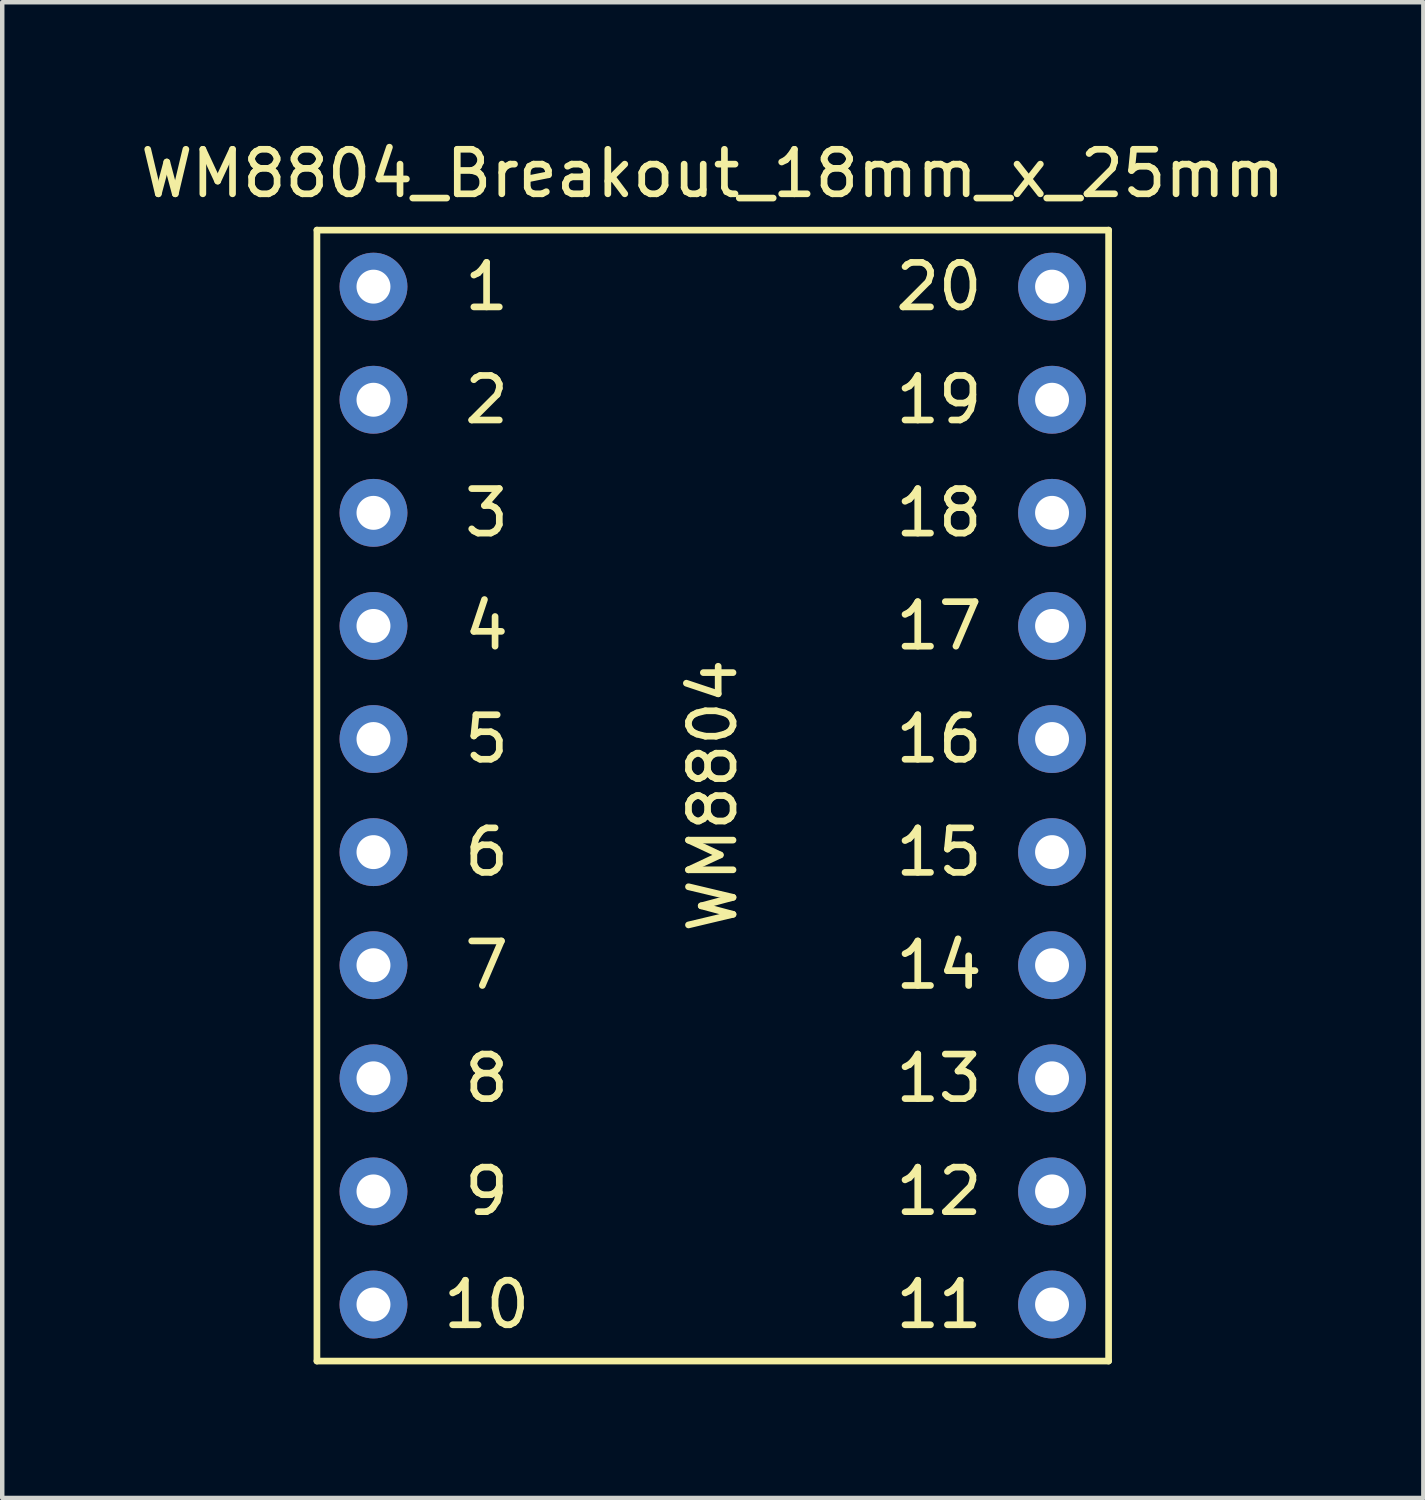
<source format=kicad_pcb>
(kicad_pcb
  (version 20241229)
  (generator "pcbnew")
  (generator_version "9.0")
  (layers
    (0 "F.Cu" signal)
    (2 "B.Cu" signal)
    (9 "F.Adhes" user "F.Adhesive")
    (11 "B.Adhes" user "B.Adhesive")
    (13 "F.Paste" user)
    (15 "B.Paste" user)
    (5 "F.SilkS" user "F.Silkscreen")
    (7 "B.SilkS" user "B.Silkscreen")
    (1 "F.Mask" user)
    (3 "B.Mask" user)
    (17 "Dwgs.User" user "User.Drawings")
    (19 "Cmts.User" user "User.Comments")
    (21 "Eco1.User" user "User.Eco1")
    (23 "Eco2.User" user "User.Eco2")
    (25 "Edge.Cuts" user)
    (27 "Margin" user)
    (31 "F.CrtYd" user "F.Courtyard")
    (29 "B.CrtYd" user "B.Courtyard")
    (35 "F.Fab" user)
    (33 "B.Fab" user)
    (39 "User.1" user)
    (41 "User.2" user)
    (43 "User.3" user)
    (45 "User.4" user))
  (footprint "WM8804_Breakout_18mm_x_25mm"
    (layer "F.Cu")
    (at 12.958 14.818)
    (property "Reference" "WM8804_Breakout_18mm_x_25mm" (at 0 -13.97 0) (layer "F.SilkS") (effects (font (size 1 1) (thickness 0.15))))
    (attr through_hole)
    (fp_line (start -8.89 -12.7) (end 8.89 -12.7) (stroke (width 0.15) (type solid)) (layer "F.SilkS"))
    (fp_line (start -8.89 12.7) (end -8.89 -12.7) (stroke (width 0.15) (type solid)) (layer "F.SilkS"))
    (fp_line (start 8.89 -12.7) (end 8.89 12.7) (stroke (width 0.15) (type solid)) (layer "F.SilkS"))
    (fp_line (start 8.89 12.7) (end -8.89 12.7) (stroke (width 0.15) (type solid)) (layer "F.SilkS"))
    (fp_text user "9" (at -5.08 8.89 0) (layer "F.SilkS") (effects (font (size 1 1) (thickness 0.15))))
    (fp_text user "13" (at 5.08 6.35 0) (layer "F.SilkS") (effects (font (size 1 1) (thickness 0.15))))
    (fp_text user "14" (at 5.08 3.81 0) (layer "F.SilkS") (effects (font (size 1 1) (thickness 0.15))))
    (fp_text user "8" (at -5.08 6.35 0) (layer "F.SilkS") (effects (font (size 1 1) (thickness 0.15))))
    (fp_text user "6" (at -5.08 1.27 0) (layer "F.SilkS") (effects (font (size 1 1) (thickness 0.15))))
    (fp_text user "7" (at -5.08 3.81 0) (layer "F.SilkS") (effects (font (size 1 1) (thickness 0.15))))
    (fp_text user "12" (at 5.08 8.89 0) (layer "F.SilkS") (effects (font (size 1 1) (thickness 0.15))))
    (fp_text user "1" (at -5.08 -11.43 0) (layer "F.SilkS") (effects (font (size 1 1) (thickness 0.15))))
    (fp_text user "15" (at 5.08 1.27 0) (layer "F.SilkS") (effects (font (size 1 1) (thickness 0.15))))
    (fp_text user "19" (at 5.08 -8.89 0) (layer "F.SilkS") (effects (font (size 1 1) (thickness 0.15))))
    (fp_text user "17" (at 5.08 -3.81 0) (layer "F.SilkS") (effects (font (size 1 1) (thickness 0.15))))
    (fp_text user "18" (at 5.08 -6.35 0) (layer "F.SilkS") (effects (font (size 1 1) (thickness 0.15))))
    (fp_text user "10" (at -5.08 11.43 0) (layer "F.SilkS") (effects (font (size 1 1) (thickness 0.15))))
    (fp_text user "3" (at -5.08 -6.35 0) (layer "F.SilkS") (effects (font (size 1 1) (thickness 0.15))))
    (fp_text user "WM8804" (at 0 0 90) (layer "F.SilkS") (effects (font (size 1 1) (thickness 0.15))))
    (fp_text user "2" (at -5.08 -8.89 0) (layer "F.SilkS") (effects (font (size 1 1) (thickness 0.15))))
    (fp_text user "20" (at 5.08 -11.43 0) (layer "F.SilkS") (effects (font (size 1 1) (thickness 0.15))))
    (fp_text user "16" (at 5.08 -1.27 0) (layer "F.SilkS") (effects (font (size 1 1) (thickness 0.15))))
    (fp_text user "4" (at -5.08 -3.81 0) (layer "F.SilkS") (effects (font (size 1 1) (thickness 0.15))))
    (fp_text user "11" (at 5.08 11.43 0) (layer "F.SilkS") (effects (font (size 1 1) (thickness 0.15))))
    (fp_text user "5" (at -5.08 -1.27 0) (layer "F.SilkS") (effects (font (size 1 1) (thickness 0.15))))
    (pad "1" thru_hole circle (at -7.62 -11.43) (size 1.524 1.524) (drill 0.762) (layers "*.Cu" "*.Mask"))
    (pad "2" thru_hole circle (at -7.62 -8.89) (size 1.524 1.524) (drill 0.762) (layers "*.Cu" "*.Mask"))
    (pad "3" thru_hole circle (at -7.62 -6.35) (size 1.524 1.524) (drill 0.762) (layers "*.Cu" "*.Mask"))
    (pad "4" thru_hole circle (at -7.62 -3.81) (size 1.524 1.524) (drill 0.762) (layers "*.Cu" "*.Mask"))
    (pad "5" thru_hole circle (at -7.62 -1.27) (size 1.524 1.524) (drill 0.762) (layers "*.Cu" "*.Mask"))
    (pad "6" thru_hole circle (at -7.62 1.27) (size 1.524 1.524) (drill 0.762) (layers "*.Cu" "*.Mask"))
    (pad "7" thru_hole circle (at -7.62 3.81) (size 1.524 1.524) (drill 0.762) (layers "*.Cu" "*.Mask"))
    (pad "8" thru_hole circle (at -7.62 6.35) (size 1.524 1.524) (drill 0.762) (layers "*.Cu" "*.Mask"))
    (pad "9" thru_hole circle (at -7.62 8.89) (size 1.524 1.524) (drill 0.762) (layers "*.Cu" "*.Mask"))
    (pad "10" thru_hole circle (at -7.62 11.43) (size 1.524 1.524) (drill 0.762) (layers "*.Cu" "*.Mask"))
    (pad "11" thru_hole circle (at 7.62 11.43) (size 1.524 1.524) (drill 0.762) (layers "*.Cu" "*.Mask"))
    (pad "12" thru_hole circle (at 7.62 8.89) (size 1.524 1.524) (drill 0.762) (layers "*.Cu" "*.Mask"))
    (pad "13" thru_hole circle (at 7.62 6.35) (size 1.524 1.524) (drill 0.762) (layers "*.Cu" "*.Mask"))
    (pad "14" thru_hole circle (at 7.62 3.81) (size 1.524 1.524) (drill 0.762) (layers "*.Cu" "*.Mask"))
    (pad "15" thru_hole circle (at 7.62 1.27) (size 1.524 1.524) (drill 0.762) (layers "*.Cu" "*.Mask"))
    (pad "16" thru_hole circle (at 7.62 -1.27) (size 1.524 1.524) (drill 0.762) (layers "*.Cu" "*.Mask"))
    (pad "17" thru_hole circle (at 7.62 -3.81) (size 1.524 1.524) (drill 0.762) (layers "*.Cu" "*.Mask"))
    (pad "18" thru_hole circle (at 7.62 -6.35) (size 1.524 1.524) (drill 0.762) (layers "*.Cu" "*.Mask"))
    (pad "19" thru_hole circle (at 7.62 -8.89) (size 1.524 1.524) (drill 0.762) (layers "*.Cu" "*.Mask"))
    (pad "20" thru_hole circle (at 7.62 -11.43) (size 1.524 1.524) (drill 0.762) (layers "*.Cu" "*.Mask")))
  (gr_rect
    (start -3 -3)
    (end 28.917 30.593)
    (stroke (width 0.1) (type default))
    (fill no)
    (layer "Edge.Cuts")))
</source>
